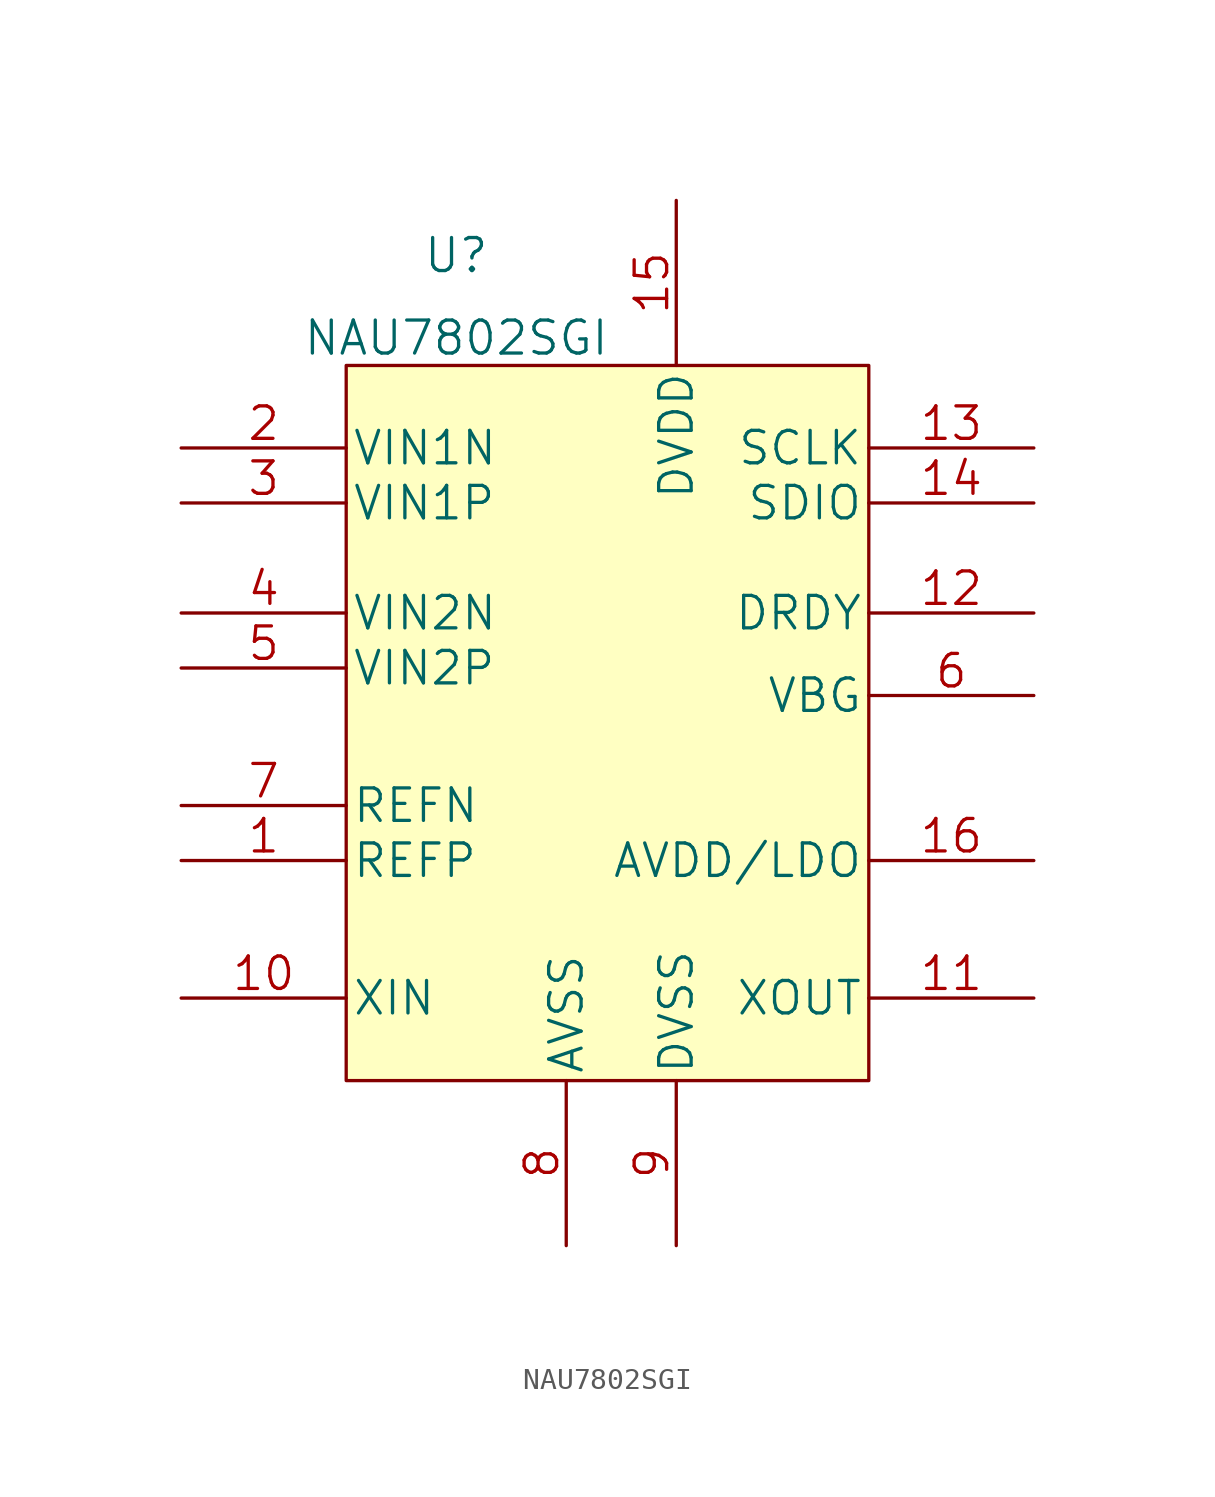
<source format=kicad_sym>
(kicad_symbol_lib
  (version 20211014)
  (generator kicad_symbol_editor)
  (symbol "NAU7802SGI"
    (pin_names
      (offset 0.254))
    (property "Reference" "U"
      (at -7.62 20.32 0)
      (effects (font (size 1.524 1.524))))
    (property "Value" "NAU7802SGI"
      (at -7.62 16.51 0)
      (effects (font (size 1.524 1.524))))
    (property "Datasheet" ""
      (at -20.32 11.43 0)
      (effects (font (size 1.524 1.524))))
    (property "ki_locked" ""
      (at 0 0 0)
      (effects (font (size 1.27 1.27))))
    (symbol "NAU7802SGI_1_1"
      (rectangle (start -12.7 15.24) (end 11.43 -17.78) (stroke (width 0) (type default) (color 0 0 0 0)) (fill (type background)))
      (pin input line (at -20.32 -7.62 0) (length 7.62) (name "REFP" (effects (font (size 1.499 1.499)))) (number "1" (effects (font (size 1.499 1.499)))))
      (pin input line (at -20.32 -13.97 0) (length 7.62) (name "XIN" (effects (font (size 1.499 1.499)))) (number "10" (effects (font (size 1.499 1.499)))))
      (pin output line (at 19.05 -13.97 180) (length 7.62) (name "XOUT" (effects (font (size 1.499 1.499)))) (number "11" (effects (font (size 1.499 1.499)))))
      (pin output line (at 19.05 3.81 180) (length 7.62) (name "DRDY" (effects (font (size 1.499 1.499)))) (number "12" (effects (font (size 1.499 1.499)))))
      (pin input line (at 19.05 11.43 180) (length 7.62) (name "SCLK" (effects (font (size 1.499 1.499)))) (number "13" (effects (font (size 1.499 1.499)))))
      (pin bidirectional line (at 19.05 8.89 180) (length 7.62) (name "SDIO" (effects (font (size 1.499 1.499)))) (number "14" (effects (font (size 1.499 1.499)))))
      (pin power_in line (at 2.54 22.86 270) (length 7.62) (name "DVDD" (effects (font (size 1.499 1.499)))) (number "15" (effects (font (size 1.499 1.499)))))
      (pin power_out line (at 19.05 -7.62 180) (length 7.62) (name "AVDD/LDO" (effects (font (size 1.499 1.499)))) (number "16" (effects (font (size 1.499 1.499)))))
      (pin input line (at -20.32 11.43 0) (length 7.62) (name "VIN1N" (effects (font (size 1.499 1.499)))) (number "2" (effects (font (size 1.499 1.499)))))
      (pin input line (at -20.32 8.89 0) (length 7.62) (name "VIN1P" (effects (font (size 1.499 1.499)))) (number "3" (effects (font (size 1.499 1.499)))))
      (pin input line (at -20.32 3.81 0) (length 7.62) (name "VIN2N" (effects (font (size 1.499 1.499)))) (number "4" (effects (font (size 1.499 1.499)))))
      (pin input line (at -20.32 1.27 0) (length 7.62) (name "VIN2P" (effects (font (size 1.499 1.499)))) (number "5" (effects (font (size 1.499 1.499)))))
      (pin output line (at 19.05 0 180) (length 7.62) (name "VBG" (effects (font (size 1.499 1.499)))) (number "6" (effects (font (size 1.499 1.499)))))
      (pin input line (at -20.32 -5.08 0) (length 7.62) (name "REFN" (effects (font (size 1.499 1.499)))) (number "7" (effects (font (size 1.499 1.499)))))
      (pin power_in line (at -2.54 -25.4 90) (length 7.62) (name "AVSS" (effects (font (size 1.499 1.499)))) (number "8" (effects (font (size 1.499 1.499)))))
      (pin power_in line (at 2.54 -25.4 90) (length 7.62) (name "DVSS" (effects (font (size 1.499 1.499)))) (number "9" (effects (font (size 1.499 1.499))))))))
</source>
